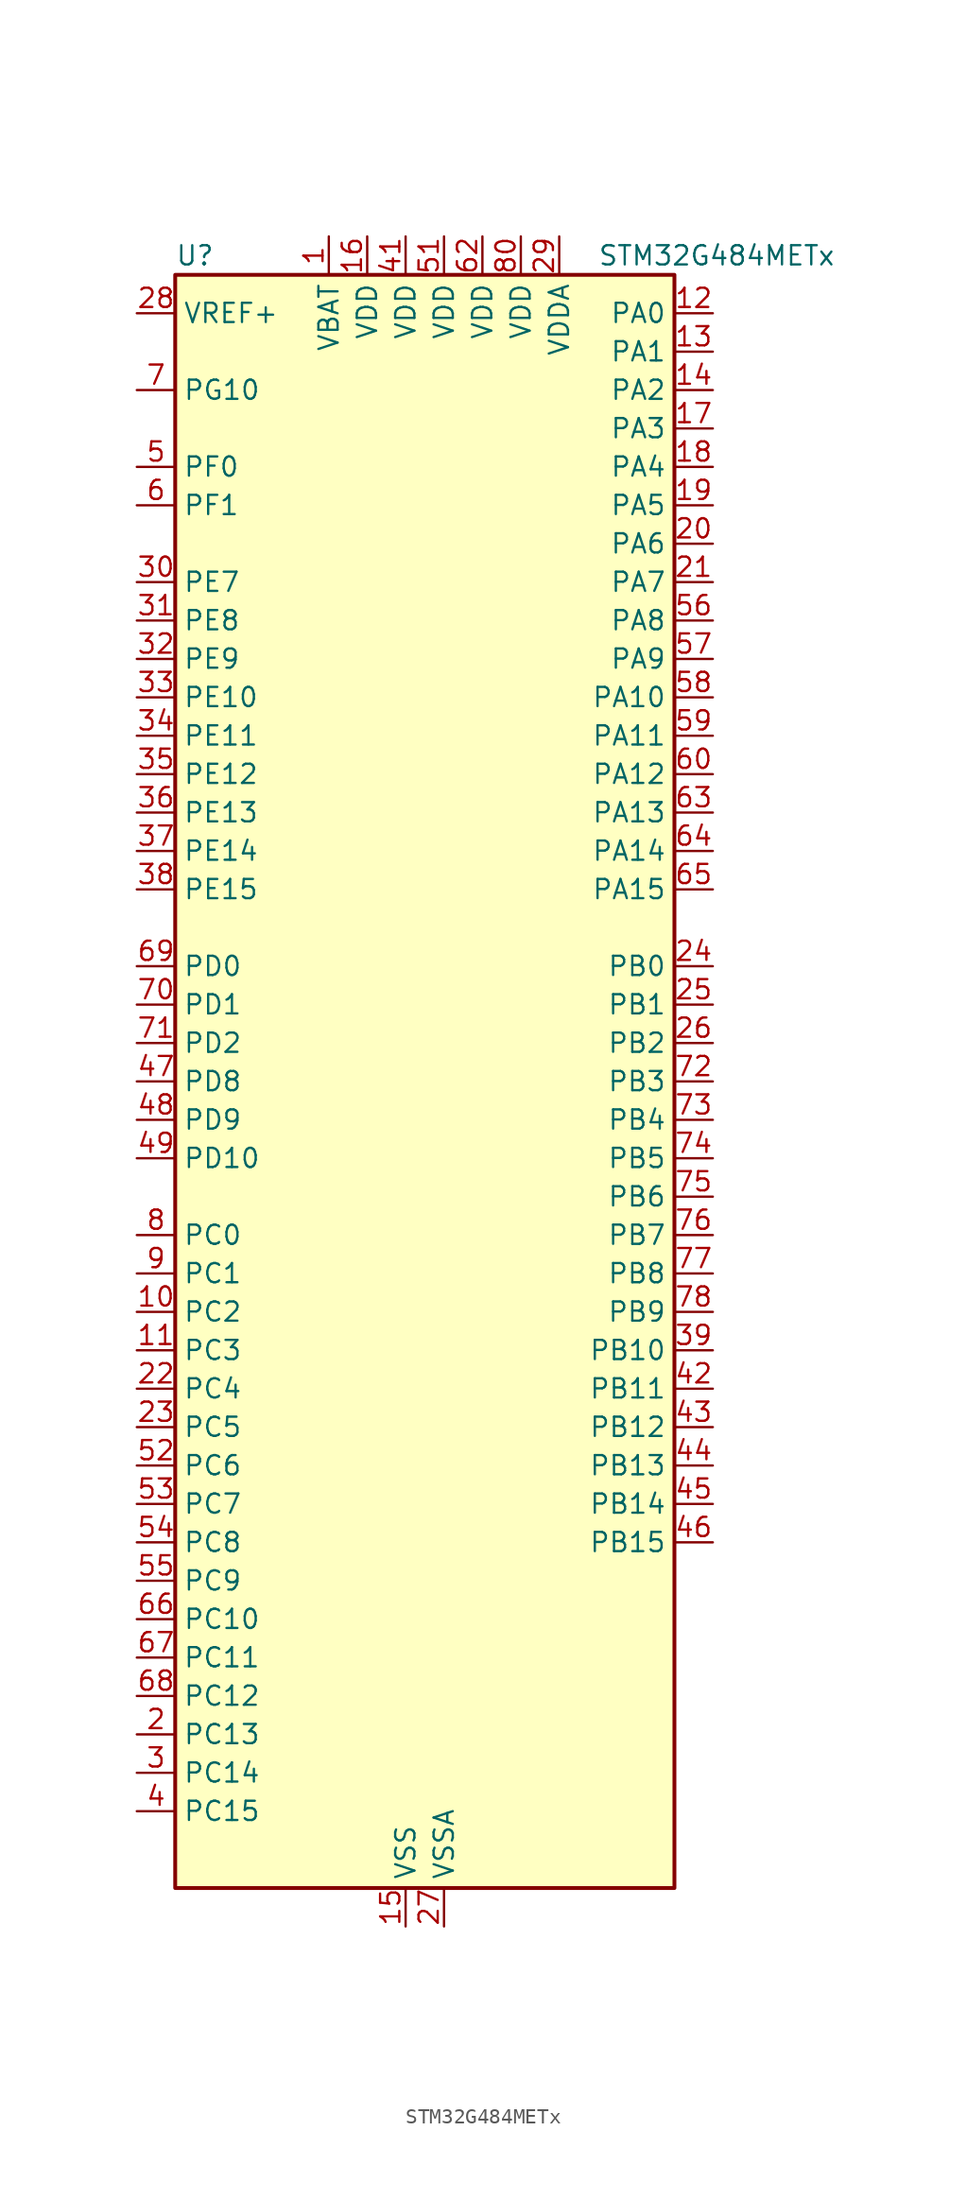
<source format=kicad_sym>
(kicad_symbol_lib
  (version 20231120)
  (generator "kicad_symbol_editor")
  (generator_version "8.0")
  (symbol "STM32G484METx"
    (property "Reference" "U"
      (at -15.24 54.61 0)
      (effects (font (size 1.27 1.27)) (justify left)))
    (property "Value" "STM32G484METx"
      (at 12.7 54.61 0)
      (effects (font (size 1.27 1.27)) (justify left)))
    (property "ki_locked" ""
      (at 0 0 0)
      (effects (font (size 1.27 1.27))))
    (symbol "STM32G484METx_0_1"
      (rectangle (start -15.24 -53.34) (end 17.78 53.34) (stroke (width 0.254) (type default)) (fill (type background))))
    (symbol "STM32G484METx_1_1"
      (pin power_in line (at -5.08 55.88 270) (length 2.54) (name "VBAT" (effects (font (size 1.27 1.27)))) (number "1" (effects (font (size 1.27 1.27)))))
      (pin bidirectional line (at -17.78 -15.24 0) (length 2.54) (name "PC2" (effects (font (size 1.27 1.27)))) (number "10" (effects (font (size 1.27 1.27)))) (alternate "ADC1_IN8" bidirectional line) (alternate "ADC2_IN8" bidirectional line) (alternate "ADC3_EXTI2" bidirectional line) (alternate "ADC4_EXTI2" bidirectional line) (alternate "ADC5_EXTI2" bidirectional line) (alternate "COMP3_OUT" bidirectional line) (alternate "LPTIM1_IN2" bidirectional line) (alternate "QUADSPI1_BK2_IO1" bidirectional line) (alternate "TIM1_CH3" bidirectional line) (alternate "TIM20_CH2" bidirectional line))
      (pin bidirectional line (at -17.78 -17.78 0) (length 2.54) (name "PC3" (effects (font (size 1.27 1.27)))) (number "11" (effects (font (size 1.27 1.27)))) (alternate "ADC1_IN9" bidirectional line) (alternate "ADC2_IN9" bidirectional line) (alternate "ADC3_EXTI3" bidirectional line) (alternate "ADC4_EXTI3" bidirectional line) (alternate "ADC5_EXTI3" bidirectional line) (alternate "LPTIM1_ETR" bidirectional line) (alternate "OPAMP5_VINP" bidirectional line) (alternate "OPAMP5_VINP_SEC" bidirectional line) (alternate "QUADSPI1_BK2_IO2" bidirectional line) (alternate "SAI1_D1" bidirectional line) (alternate "SAI1_SD_A" bidirectional line) (alternate "TIM1_BKIN2" bidirectional line) (alternate "TIM1_CH4" bidirectional line))
      (pin bidirectional line (at 20.32 50.8 180) (length 2.54) (name "PA0" (effects (font (size 1.27 1.27)))) (number "12" (effects (font (size 1.27 1.27)))) (alternate "ADC1_IN1" bidirectional line) (alternate "ADC2_IN1" bidirectional line) (alternate "COMP1_INM" bidirectional line) (alternate "COMP1_OUT" bidirectional line) (alternate "COMP3_INP" bidirectional line) (alternate "RTC_TAMP2" bidirectional line) (alternate "SYS_WKUP1" bidirectional line) (alternate "TIM2_CH1" bidirectional line) (alternate "TIM2_ETR" bidirectional line) (alternate "TIM5_CH1" bidirectional line) (alternate "TIM8_BKIN" bidirectional line) (alternate "TIM8_ETR" bidirectional line) (alternate "USART2_CTS" bidirectional line) (alternate "USART2_NSS" bidirectional line))
      (pin bidirectional line (at 20.32 48.26 180) (length 2.54) (name "PA1" (effects (font (size 1.27 1.27)))) (number "13" (effects (font (size 1.27 1.27)))) (alternate "ADC1_IN2" bidirectional line) (alternate "ADC2_IN2" bidirectional line) (alternate "COMP1_INP" bidirectional line) (alternate "OPAMP1_VINP" bidirectional line) (alternate "OPAMP1_VINP_SEC" bidirectional line) (alternate "OPAMP3_VINP" bidirectional line) (alternate "OPAMP3_VINP_SEC" bidirectional line) (alternate "OPAMP6_VINM" bidirectional line) (alternate "OPAMP6_VINM0" bidirectional line) (alternate "OPAMP6_VINM_SEC" bidirectional line) (alternate "RTC_REFIN" bidirectional line) (alternate "TIM15_CH1N" bidirectional line) (alternate "TIM2_CH2" bidirectional line) (alternate "TIM5_CH2" bidirectional line) (alternate "USART2_DE" bidirectional line) (alternate "USART2_RTS" bidirectional line))
      (pin bidirectional line (at 20.32 45.72 180) (length 2.54) (name "PA2" (effects (font (size 1.27 1.27)))) (number "14" (effects (font (size 1.27 1.27)))) (alternate "ADC1_IN3" bidirectional line) (alternate "ADC3_EXTI2" bidirectional line) (alternate "ADC4_EXTI2" bidirectional line) (alternate "ADC5_EXTI2" bidirectional line) (alternate "COMP2_INM" bidirectional line) (alternate "COMP2_OUT" bidirectional line) (alternate "LPUART1_TX" bidirectional line) (alternate "OPAMP1_VOUT" bidirectional line) (alternate "QUADSPI1_BK1_NCS" bidirectional line) (alternate "RCC_LSCO" bidirectional line) (alternate "SYS_WKUP4" bidirectional line) (alternate "TIM15_CH1" bidirectional line) (alternate "TIM2_CH3" bidirectional line) (alternate "TIM5_CH3" bidirectional line) (alternate "UCPD1_FRSTX1" bidirectional line) (alternate "UCPD1_FRSTX2" bidirectional line) (alternate "USART2_TX" bidirectional line))
      (pin power_in line (at 0 -55.88 90) (length 2.54) (name "VSS" (effects (font (size 1.27 1.27)))) (number "15" (effects (font (size 1.27 1.27)))))
      (pin power_in line (at -2.54 55.88 270) (length 2.54) (name "VDD" (effects (font (size 1.27 1.27)))) (number "16" (effects (font (size 1.27 1.27)))))
      (pin bidirectional line (at 20.32 43.18 180) (length 2.54) (name "PA3" (effects (font (size 1.27 1.27)))) (number "17" (effects (font (size 1.27 1.27)))) (alternate "ADC1_IN4" bidirectional line) (alternate "ADC3_EXTI3" bidirectional line) (alternate "ADC4_EXTI3" bidirectional line) (alternate "ADC5_EXTI3" bidirectional line) (alternate "COMP2_INP" bidirectional line) (alternate "LPUART1_RX" bidirectional line) (alternate "OPAMP1_VINM" bidirectional line) (alternate "OPAMP1_VINM0" bidirectional line) (alternate "OPAMP1_VINM_SEC" bidirectional line) (alternate "OPAMP1_VINP" bidirectional line) (alternate "OPAMP1_VINP_SEC" bidirectional line) (alternate "OPAMP5_VINM" bidirectional line) (alternate "OPAMP5_VINM1" bidirectional line) (alternate "OPAMP5_VINM_SEC" bidirectional line) (alternate "QUADSPI1_CLK" bidirectional line) (alternate "SAI1_CK1" bidirectional line) (alternate "SAI1_MCLK_A" bidirectional line) (alternate "TIM15_CH2" bidirectional line) (alternate "TIM2_CH4" bidirectional line) (alternate "TIM5_CH4" bidirectional line) (alternate "USART2_RX" bidirectional line))
      (pin bidirectional line (at 20.32 40.64 180) (length 2.54) (name "PA4" (effects (font (size 1.27 1.27)))) (number "18" (effects (font (size 1.27 1.27)))) (alternate "ADC2_IN17" bidirectional line) (alternate "COMP1_INM" bidirectional line) (alternate "DAC1_OUT1" bidirectional line) (alternate "I2S3_WS" bidirectional line) (alternate "SAI1_FS_B" bidirectional line) (alternate "SPI1_NSS" bidirectional line) (alternate "SPI3_NSS" bidirectional line) (alternate "TIM3_CH2" bidirectional line) (alternate "USART2_CK" bidirectional line))
      (pin bidirectional line (at 20.32 38.1 180) (length 2.54) (name "PA5" (effects (font (size 1.27 1.27)))) (number "19" (effects (font (size 1.27 1.27)))) (alternate "ADC2_IN13" bidirectional line) (alternate "COMP2_INM" bidirectional line) (alternate "DAC1_OUT2" bidirectional line) (alternate "OPAMP2_VINM" bidirectional line) (alternate "OPAMP2_VINM0" bidirectional line) (alternate "OPAMP2_VINM_SEC" bidirectional line) (alternate "SPI1_SCK" bidirectional line) (alternate "TIM2_CH1" bidirectional line) (alternate "TIM2_ETR" bidirectional line) (alternate "UCPD1_FRSTX1" bidirectional line) (alternate "UCPD1_FRSTX2" bidirectional line))
      (pin bidirectional line (at -17.78 -43.18 0) (length 2.54) (name "PC13" (effects (font (size 1.27 1.27)))) (number "2" (effects (font (size 1.27 1.27)))) (alternate "RTC_OUT1" bidirectional line) (alternate "RTC_TAMP1" bidirectional line) (alternate "RTC_TS" bidirectional line) (alternate "SYS_WKUP2" bidirectional line) (alternate "TIM1_BKIN" bidirectional line) (alternate "TIM1_CH1N" bidirectional line) (alternate "TIM8_CH4N" bidirectional line))
      (pin bidirectional line (at 20.32 35.56 180) (length 2.54) (name "PA6" (effects (font (size 1.27 1.27)))) (number "20" (effects (font (size 1.27 1.27)))) (alternate "ADC2_IN3" bidirectional line) (alternate "COMP1_OUT" bidirectional line) (alternate "DAC2_OUT1" bidirectional line) (alternate "LPUART1_CTS" bidirectional line) (alternate "OPAMP2_VOUT" bidirectional line) (alternate "QUADSPI1_BK1_IO3" bidirectional line) (alternate "SPI1_MISO" bidirectional line) (alternate "TIM16_CH1" bidirectional line) (alternate "TIM1_BKIN" bidirectional line) (alternate "TIM3_CH1" bidirectional line) (alternate "TIM8_BKIN" bidirectional line))
      (pin bidirectional line (at 20.32 33.02 180) (length 2.54) (name "PA7" (effects (font (size 1.27 1.27)))) (number "21" (effects (font (size 1.27 1.27)))) (alternate "ADC2_IN4" bidirectional line) (alternate "COMP2_INP" bidirectional line) (alternate "COMP2_OUT" bidirectional line) (alternate "OPAMP1_VINP" bidirectional line) (alternate "OPAMP1_VINP_SEC" bidirectional line) (alternate "OPAMP2_VINP" bidirectional line) (alternate "OPAMP2_VINP_SEC" bidirectional line) (alternate "QUADSPI1_BK1_IO2" bidirectional line) (alternate "SPI1_MOSI" bidirectional line) (alternate "TIM17_CH1" bidirectional line) (alternate "TIM1_CH1N" bidirectional line) (alternate "TIM3_CH2" bidirectional line) (alternate "TIM8_CH1N" bidirectional line) (alternate "UCPD1_FRSTX1" bidirectional line) (alternate "UCPD1_FRSTX2" bidirectional line))
      (pin bidirectional line (at -17.78 -20.32 0) (length 2.54) (name "PC4" (effects (font (size 1.27 1.27)))) (number "22" (effects (font (size 1.27 1.27)))) (alternate "ADC2_IN5" bidirectional line) (alternate "I2C2_SCL" bidirectional line) (alternate "QUADSPI1_BK2_IO3" bidirectional line) (alternate "TIM1_ETR" bidirectional line) (alternate "USART1_TX" bidirectional line))
      (pin bidirectional line (at -17.78 -22.86 0) (length 2.54) (name "PC5" (effects (font (size 1.27 1.27)))) (number "23" (effects (font (size 1.27 1.27)))) (alternate "ADC2_IN11" bidirectional line) (alternate "HRTIM1_EEV10" bidirectional line) (alternate "OPAMP1_VINM" bidirectional line) (alternate "OPAMP1_VINM1" bidirectional line) (alternate "OPAMP1_VINM_SEC" bidirectional line) (alternate "OPAMP2_VINM" bidirectional line) (alternate "OPAMP2_VINM1" bidirectional line) (alternate "OPAMP2_VINM_SEC" bidirectional line) (alternate "SAI1_D3" bidirectional line) (alternate "SYS_WKUP5" bidirectional line) (alternate "TIM15_BKIN" bidirectional line) (alternate "TIM1_CH4N" bidirectional line) (alternate "USART1_RX" bidirectional line))
      (pin bidirectional line (at 20.32 7.62 180) (length 2.54) (name "PB0" (effects (font (size 1.27 1.27)))) (number "24" (effects (font (size 1.27 1.27)))) (alternate "ADC1_IN15" bidirectional line) (alternate "ADC3_IN12" bidirectional line) (alternate "COMP4_INP" bidirectional line) (alternate "HRTIM1_FLT5" bidirectional line) (alternate "OPAMP2_VINP" bidirectional line) (alternate "OPAMP2_VINP_SEC" bidirectional line) (alternate "OPAMP3_VINP" bidirectional line) (alternate "OPAMP3_VINP_SEC" bidirectional line) (alternate "QUADSPI1_BK1_IO1" bidirectional line) (alternate "TIM1_CH2N" bidirectional line) (alternate "TIM3_CH3" bidirectional line) (alternate "TIM8_CH2N" bidirectional line) (alternate "UCPD1_FRSTX1" bidirectional line) (alternate "UCPD1_FRSTX2" bidirectional line))
      (pin bidirectional line (at 20.32 5.08 180) (length 2.54) (name "PB1" (effects (font (size 1.27 1.27)))) (number "25" (effects (font (size 1.27 1.27)))) (alternate "ADC1_IN12" bidirectional line) (alternate "ADC3_IN1" bidirectional line) (alternate "COMP1_INP" bidirectional line) (alternate "COMP4_OUT" bidirectional line) (alternate "HRTIM1_SCOUT" bidirectional line) (alternate "LPUART1_DE" bidirectional line) (alternate "LPUART1_RTS" bidirectional line) (alternate "OPAMP3_VOUT" bidirectional line) (alternate "OPAMP6_VINM" bidirectional line) (alternate "OPAMP6_VINM1" bidirectional line) (alternate "OPAMP6_VINM_SEC" bidirectional line) (alternate "QUADSPI1_BK1_IO0" bidirectional line) (alternate "TIM1_CH3N" bidirectional line) (alternate "TIM3_CH4" bidirectional line) (alternate "TIM8_CH3N" bidirectional line))
      (pin bidirectional line (at 20.32 2.54 180) (length 2.54) (name "PB2" (effects (font (size 1.27 1.27)))) (number "26" (effects (font (size 1.27 1.27)))) (alternate "ADC2_IN12" bidirectional line) (alternate "ADC3_EXTI2" bidirectional line) (alternate "ADC4_EXTI2" bidirectional line) (alternate "ADC5_EXTI2" bidirectional line) (alternate "COMP4_INM" bidirectional line) (alternate "HRTIM1_SCIN" bidirectional line) (alternate "I2C3_SMBA" bidirectional line) (alternate "LPTIM1_OUT" bidirectional line) (alternate "OPAMP3_VINM" bidirectional line) (alternate "OPAMP3_VINM0" bidirectional line) (alternate "OPAMP3_VINM_SEC" bidirectional line) (alternate "QUADSPI1_BK2_IO1" bidirectional line) (alternate "RTC_OUT2" bidirectional line) (alternate "TIM20_CH1" bidirectional line) (alternate "TIM5_CH1" bidirectional line))
      (pin power_in line (at 2.54 -55.88 90) (length 2.54) (name "VSSA" (effects (font (size 1.27 1.27)))) (number "27" (effects (font (size 1.27 1.27)))))
      (pin input line (at -17.78 50.8 0) (length 2.54) (name "VREF+" (effects (font (size 1.27 1.27)))) (number "28" (effects (font (size 1.27 1.27)))) (alternate "VREFBUF_OUT" bidirectional line))
      (pin power_in line (at 10.16 55.88 270) (length 2.54) (name "VDDA" (effects (font (size 1.27 1.27)))) (number "29" (effects (font (size 1.27 1.27)))))
      (pin bidirectional line (at -17.78 -45.72 0) (length 2.54) (name "PC14" (effects (font (size 1.27 1.27)))) (number "3" (effects (font (size 1.27 1.27)))) (alternate "RCC_OSC32_IN" bidirectional line))
      (pin bidirectional line (at -17.78 33.02 0) (length 2.54) (name "PE7" (effects (font (size 1.27 1.27)))) (number "30" (effects (font (size 1.27 1.27)))) (alternate "ADC3_IN4" bidirectional line) (alternate "COMP4_INP" bidirectional line) (alternate "SAI1_SD_B" bidirectional line) (alternate "TIM1_ETR" bidirectional line))
      (pin bidirectional line (at -17.78 30.48 0) (length 2.54) (name "PE8" (effects (font (size 1.27 1.27)))) (number "31" (effects (font (size 1.27 1.27)))) (alternate "ADC3_IN6" bidirectional line) (alternate "ADC4_IN6" bidirectional line) (alternate "ADC5_IN6" bidirectional line) (alternate "COMP4_INM" bidirectional line) (alternate "SAI1_SCK_B" bidirectional line) (alternate "TIM1_CH1N" bidirectional line) (alternate "TIM5_CH3" bidirectional line))
      (pin bidirectional line (at -17.78 27.94 0) (length 2.54) (name "PE9" (effects (font (size 1.27 1.27)))) (number "32" (effects (font (size 1.27 1.27)))) (alternate "ADC3_IN2" bidirectional line) (alternate "DAC1_EXTI9" bidirectional line) (alternate "DAC2_EXTI9" bidirectional line) (alternate "DAC3_EXTI9" bidirectional line) (alternate "DAC4_EXTI9" bidirectional line) (alternate "SAI1_FS_B" bidirectional line) (alternate "TIM1_CH1" bidirectional line) (alternate "TIM5_CH4" bidirectional line))
      (pin bidirectional line (at -17.78 25.4 0) (length 2.54) (name "PE10" (effects (font (size 1.27 1.27)))) (number "33" (effects (font (size 1.27 1.27)))) (alternate "ADC3_IN14" bidirectional line) (alternate "ADC4_IN14" bidirectional line) (alternate "ADC5_IN14" bidirectional line) (alternate "DAC1_EXTI10" bidirectional line) (alternate "DAC2_EXTI10" bidirectional line) (alternate "DAC3_EXTI10" bidirectional line) (alternate "DAC4_EXTI10" bidirectional line) (alternate "QUADSPI1_CLK" bidirectional line) (alternate "SAI1_MCLK_B" bidirectional line) (alternate "TIM1_CH2N" bidirectional line))
      (pin bidirectional line (at -17.78 22.86 0) (length 2.54) (name "PE11" (effects (font (size 1.27 1.27)))) (number "34" (effects (font (size 1.27 1.27)))) (alternate "ADC1_EXTI11" bidirectional line) (alternate "ADC2_EXTI11" bidirectional line) (alternate "ADC3_IN15" bidirectional line) (alternate "ADC4_IN15" bidirectional line) (alternate "ADC5_IN15" bidirectional line) (alternate "QUADSPI1_BK1_NCS" bidirectional line) (alternate "SPI4_NSS" bidirectional line) (alternate "TIM1_CH2" bidirectional line))
      (pin bidirectional line (at -17.78 20.32 0) (length 2.54) (name "PE12" (effects (font (size 1.27 1.27)))) (number "35" (effects (font (size 1.27 1.27)))) (alternate "ADC3_IN16" bidirectional line) (alternate "ADC4_IN16" bidirectional line) (alternate "ADC5_IN16" bidirectional line) (alternate "QUADSPI1_BK1_IO0" bidirectional line) (alternate "SPI4_SCK" bidirectional line) (alternate "TIM1_CH3N" bidirectional line))
      (pin bidirectional line (at -17.78 17.78 0) (length 2.54) (name "PE13" (effects (font (size 1.27 1.27)))) (number "36" (effects (font (size 1.27 1.27)))) (alternate "ADC3_IN3" bidirectional line) (alternate "QUADSPI1_BK1_IO1" bidirectional line) (alternate "SPI4_MISO" bidirectional line) (alternate "TIM1_CH3" bidirectional line))
      (pin bidirectional line (at -17.78 15.24 0) (length 2.54) (name "PE14" (effects (font (size 1.27 1.27)))) (number "37" (effects (font (size 1.27 1.27)))) (alternate "ADC4_IN1" bidirectional line) (alternate "QUADSPI1_BK1_IO2" bidirectional line) (alternate "SPI4_MOSI" bidirectional line) (alternate "TIM1_BKIN2" bidirectional line) (alternate "TIM1_CH4" bidirectional line))
      (pin bidirectional line (at -17.78 12.7 0) (length 2.54) (name "PE15" (effects (font (size 1.27 1.27)))) (number "38" (effects (font (size 1.27 1.27)))) (alternate "ADC1_EXTI15" bidirectional line) (alternate "ADC2_EXTI15" bidirectional line) (alternate "ADC4_IN2" bidirectional line) (alternate "QUADSPI1_BK1_IO3" bidirectional line) (alternate "TIM1_BKIN" bidirectional line) (alternate "TIM1_CH4N" bidirectional line) (alternate "USART3_RX" bidirectional line))
      (pin bidirectional line (at 20.32 -17.78 180) (length 2.54) (name "PB10" (effects (font (size 1.27 1.27)))) (number "39" (effects (font (size 1.27 1.27)))) (alternate "COMP5_INM" bidirectional line) (alternate "DAC1_EXTI10" bidirectional line) (alternate "DAC2_EXTI10" bidirectional line) (alternate "DAC3_EXTI10" bidirectional line) (alternate "DAC4_EXTI10" bidirectional line) (alternate "HRTIM1_FLT3" bidirectional line) (alternate "LPUART1_RX" bidirectional line) (alternate "OPAMP3_VINM" bidirectional line) (alternate "OPAMP3_VINM1" bidirectional line) (alternate "OPAMP3_VINM_SEC" bidirectional line) (alternate "OPAMP4_VINM" bidirectional line) (alternate "OPAMP4_VINM0" bidirectional line) (alternate "OPAMP4_VINM_SEC" bidirectional line) (alternate "QUADSPI1_CLK" bidirectional line) (alternate "SAI1_SCK_A" bidirectional line) (alternate "TIM1_BKIN" bidirectional line) (alternate "TIM2_CH3" bidirectional line) (alternate "USART3_TX" bidirectional line))
      (pin bidirectional line (at -17.78 -48.26 0) (length 2.54) (name "PC15" (effects (font (size 1.27 1.27)))) (number "4" (effects (font (size 1.27 1.27)))) (alternate "ADC1_EXTI15" bidirectional line) (alternate "ADC2_EXTI15" bidirectional line) (alternate "RCC_OSC32_OUT" bidirectional line))
      (pin passive line (at 0 -55.88 90) (length 2.54) hide (name "VSS" (effects (font (size 1.27 1.27)))) (number "40" (effects (font (size 1.27 1.27)))))
      (pin power_in line (at 0 55.88 270) (length 2.54) (name "VDD" (effects (font (size 1.27 1.27)))) (number "41" (effects (font (size 1.27 1.27)))))
      (pin bidirectional line (at 20.32 -20.32 180) (length 2.54) (name "PB11" (effects (font (size 1.27 1.27)))) (number "42" (effects (font (size 1.27 1.27)))) (alternate "ADC1_EXTI11" bidirectional line) (alternate "ADC1_IN14" bidirectional line) (alternate "ADC2_EXTI11" bidirectional line) (alternate "ADC2_IN14" bidirectional line) (alternate "COMP6_INP" bidirectional line) (alternate "HRTIM1_FLT4" bidirectional line) (alternate "LPUART1_TX" bidirectional line) (alternate "OPAMP4_VINP" bidirectional line) (alternate "OPAMP4_VINP_SEC" bidirectional line) (alternate "OPAMP6_VOUT" bidirectional line) (alternate "QUADSPI1_BK1_NCS" bidirectional line) (alternate "TIM2_CH4" bidirectional line) (alternate "USART3_RX" bidirectional line))
      (pin bidirectional line (at 20.32 -22.86 180) (length 2.54) (name "PB12" (effects (font (size 1.27 1.27)))) (number "43" (effects (font (size 1.27 1.27)))) (alternate "ADC1_IN11" bidirectional line) (alternate "ADC4_IN3" bidirectional line) (alternate "COMP7_INM" bidirectional line) (alternate "FDCAN2_RX" bidirectional line) (alternate "HRTIM1_CHC1" bidirectional line) (alternate "I2C2_SMBA" bidirectional line) (alternate "I2S2_WS" bidirectional line) (alternate "LPUART1_DE" bidirectional line) (alternate "LPUART1_RTS" bidirectional line) (alternate "OPAMP4_VOUT" bidirectional line) (alternate "OPAMP6_VINP" bidirectional line) (alternate "OPAMP6_VINP_SEC" bidirectional line) (alternate "SPI2_NSS" bidirectional line) (alternate "TIM1_BKIN" bidirectional line) (alternate "TIM5_ETR" bidirectional line) (alternate "USART3_CK" bidirectional line))
      (pin bidirectional line (at 20.32 -25.4 180) (length 2.54) (name "PB13" (effects (font (size 1.27 1.27)))) (number "44" (effects (font (size 1.27 1.27)))) (alternate "ADC3_IN5" bidirectional line) (alternate "COMP5_INP" bidirectional line) (alternate "FDCAN2_TX" bidirectional line) (alternate "HRTIM1_CHC2" bidirectional line) (alternate "I2S2_CK" bidirectional line) (alternate "LPUART1_CTS" bidirectional line) (alternate "OPAMP3_VINP" bidirectional line) (alternate "OPAMP3_VINP_SEC" bidirectional line) (alternate "OPAMP4_VINP" bidirectional line) (alternate "OPAMP4_VINP_SEC" bidirectional line) (alternate "OPAMP6_VINP" bidirectional line) (alternate "OPAMP6_VINP_SEC" bidirectional line) (alternate "SPI2_SCK" bidirectional line) (alternate "TIM1_CH1N" bidirectional line) (alternate "USART3_CTS" bidirectional line) (alternate "USART3_NSS" bidirectional line))
      (pin bidirectional line (at 20.32 -27.94 180) (length 2.54) (name "PB14" (effects (font (size 1.27 1.27)))) (number "45" (effects (font (size 1.27 1.27)))) (alternate "ADC1_IN5" bidirectional line) (alternate "ADC4_IN4" bidirectional line) (alternate "COMP4_OUT" bidirectional line) (alternate "COMP7_INP" bidirectional line) (alternate "HRTIM1_CHD1" bidirectional line) (alternate "OPAMP2_VINP" bidirectional line) (alternate "OPAMP2_VINP_SEC" bidirectional line) (alternate "OPAMP5_VINP" bidirectional line) (alternate "OPAMP5_VINP_SEC" bidirectional line) (alternate "SPI2_MISO" bidirectional line) (alternate "TIM15_CH1" bidirectional line) (alternate "TIM1_CH2N" bidirectional line) (alternate "USART3_DE" bidirectional line) (alternate "USART3_RTS" bidirectional line))
      (pin bidirectional line (at 20.32 -30.48 180) (length 2.54) (name "PB15" (effects (font (size 1.27 1.27)))) (number "46" (effects (font (size 1.27 1.27)))) (alternate "ADC1_EXTI15" bidirectional line) (alternate "ADC2_EXTI15" bidirectional line) (alternate "ADC2_IN15" bidirectional line) (alternate "ADC4_IN5" bidirectional line) (alternate "COMP3_OUT" bidirectional line) (alternate "COMP6_INM" bidirectional line) (alternate "HRTIM1_CHD2" bidirectional line) (alternate "I2S2_SD" bidirectional line) (alternate "OPAMP5_VINM" bidirectional line) (alternate "OPAMP5_VINM0" bidirectional line) (alternate "OPAMP5_VINM_SEC" bidirectional line) (alternate "RTC_REFIN" bidirectional line) (alternate "SPI2_MOSI" bidirectional line) (alternate "TIM15_CH1N" bidirectional line) (alternate "TIM15_CH2" bidirectional line) (alternate "TIM1_CH3N" bidirectional line))
      (pin bidirectional line (at -17.78 0 0) (length 2.54) (name "PD8" (effects (font (size 1.27 1.27)))) (number "47" (effects (font (size 1.27 1.27)))) (alternate "ADC4_IN12" bidirectional line) (alternate "ADC5_IN12" bidirectional line) (alternate "OPAMP4_VINM" bidirectional line) (alternate "OPAMP4_VINM1" bidirectional line) (alternate "OPAMP4_VINM_SEC" bidirectional line) (alternate "USART3_TX" bidirectional line))
      (pin bidirectional line (at -17.78 -2.54 0) (length 2.54) (name "PD9" (effects (font (size 1.27 1.27)))) (number "48" (effects (font (size 1.27 1.27)))) (alternate "ADC4_IN13" bidirectional line) (alternate "ADC5_IN13" bidirectional line) (alternate "DAC1_EXTI9" bidirectional line) (alternate "DAC2_EXTI9" bidirectional line) (alternate "DAC3_EXTI9" bidirectional line) (alternate "DAC4_EXTI9" bidirectional line) (alternate "OPAMP6_VINP" bidirectional line) (alternate "OPAMP6_VINP_SEC" bidirectional line) (alternate "USART3_RX" bidirectional line))
      (pin bidirectional line (at -17.78 -5.08 0) (length 2.54) (name "PD10" (effects (font (size 1.27 1.27)))) (number "49" (effects (font (size 1.27 1.27)))) (alternate "ADC3_IN7" bidirectional line) (alternate "ADC4_IN7" bidirectional line) (alternate "ADC5_IN7" bidirectional line) (alternate "COMP6_INM" bidirectional line) (alternate "DAC1_EXTI10" bidirectional line) (alternate "DAC2_EXTI10" bidirectional line) (alternate "DAC3_EXTI10" bidirectional line) (alternate "DAC4_EXTI10" bidirectional line) (alternate "USART3_CK" bidirectional line))
      (pin bidirectional line (at -17.78 40.64 0) (length 2.54) (name "PF0" (effects (font (size 1.27 1.27)))) (number "5" (effects (font (size 1.27 1.27)))) (alternate "ADC1_IN10" bidirectional line) (alternate "I2C2_SDA" bidirectional line) (alternate "I2S2_WS" bidirectional line) (alternate "RCC_OSC_IN" bidirectional line) (alternate "SPI2_NSS" bidirectional line) (alternate "TIM1_CH3N" bidirectional line))
      (pin passive line (at 0 -55.88 90) (length 2.54) hide (name "VSS" (effects (font (size 1.27 1.27)))) (number "50" (effects (font (size 1.27 1.27)))))
      (pin power_in line (at 2.54 55.88 270) (length 2.54) (name "VDD" (effects (font (size 1.27 1.27)))) (number "51" (effects (font (size 1.27 1.27)))))
      (pin bidirectional line (at -17.78 -25.4 0) (length 2.54) (name "PC6" (effects (font (size 1.27 1.27)))) (number "52" (effects (font (size 1.27 1.27)))) (alternate "COMP6_OUT" bidirectional line) (alternate "HRTIM1_CHF1" bidirectional line) (alternate "HRTIM1_EEV10" bidirectional line) (alternate "I2C4_SCL" bidirectional line) (alternate "I2S2_MCK" bidirectional line) (alternate "TIM3_CH1" bidirectional line) (alternate "TIM8_CH1" bidirectional line))
      (pin bidirectional line (at -17.78 -27.94 0) (length 2.54) (name "PC7" (effects (font (size 1.27 1.27)))) (number "53" (effects (font (size 1.27 1.27)))) (alternate "COMP5_OUT" bidirectional line) (alternate "HRTIM1_CHF2" bidirectional line) (alternate "HRTIM1_FLT5" bidirectional line) (alternate "I2C4_SDA" bidirectional line) (alternate "I2S3_MCK" bidirectional line) (alternate "TIM3_CH2" bidirectional line) (alternate "TIM8_CH2" bidirectional line))
      (pin bidirectional line (at -17.78 -30.48 0) (length 2.54) (name "PC8" (effects (font (size 1.27 1.27)))) (number "54" (effects (font (size 1.27 1.27)))) (alternate "COMP7_OUT" bidirectional line) (alternate "HRTIM1_CHE1" bidirectional line) (alternate "I2C3_SCL" bidirectional line) (alternate "TIM20_CH3" bidirectional line) (alternate "TIM3_CH3" bidirectional line) (alternate "TIM8_CH3" bidirectional line))
      (pin bidirectional line (at -17.78 -33.02 0) (length 2.54) (name "PC9" (effects (font (size 1.27 1.27)))) (number "55" (effects (font (size 1.27 1.27)))) (alternate "DAC1_EXTI9" bidirectional line) (alternate "DAC2_EXTI9" bidirectional line) (alternate "DAC3_EXTI9" bidirectional line) (alternate "DAC4_EXTI9" bidirectional line) (alternate "HRTIM1_CHE2" bidirectional line) (alternate "I2C3_SDA" bidirectional line) (alternate "I2S_CKIN" bidirectional line) (alternate "TIM3_CH4" bidirectional line) (alternate "TIM8_BKIN2" bidirectional line) (alternate "TIM8_CH4" bidirectional line))
      (pin bidirectional line (at 20.32 30.48 180) (length 2.54) (name "PA8" (effects (font (size 1.27 1.27)))) (number "56" (effects (font (size 1.27 1.27)))) (alternate "ADC5_IN1" bidirectional line) (alternate "COMP7_OUT" bidirectional line) (alternate "FDCAN3_RX" bidirectional line) (alternate "HRTIM1_CHA1" bidirectional line) (alternate "I2C2_SDA" bidirectional line) (alternate "I2C3_SCL" bidirectional line) (alternate "I2S2_MCK" bidirectional line) (alternate "OPAMP5_VOUT" bidirectional line) (alternate "RCC_MCO" bidirectional line) (alternate "SAI1_CK2" bidirectional line) (alternate "SAI1_SCK_A" bidirectional line) (alternate "TIM1_CH1" bidirectional line) (alternate "TIM4_ETR" bidirectional line) (alternate "USART1_CK" bidirectional line))
      (pin bidirectional line (at 20.32 27.94 180) (length 2.54) (name "PA9" (effects (font (size 1.27 1.27)))) (number "57" (effects (font (size 1.27 1.27)))) (alternate "ADC5_IN2" bidirectional line) (alternate "COMP5_OUT" bidirectional line) (alternate "DAC1_EXTI9" bidirectional line) (alternate "DAC2_EXTI9" bidirectional line) (alternate "DAC3_EXTI9" bidirectional line) (alternate "DAC4_EXTI9" bidirectional line) (alternate "HRTIM1_CHA2" bidirectional line) (alternate "I2C2_SCL" bidirectional line) (alternate "I2C3_SMBA" bidirectional line) (alternate "I2S3_MCK" bidirectional line) (alternate "SAI1_FS_A" bidirectional line) (alternate "TIM15_BKIN" bidirectional line) (alternate "TIM1_CH2" bidirectional line) (alternate "TIM2_CH3" bidirectional line) (alternate "UCPD1_DBCC1" bidirectional line) (alternate "USART1_TX" bidirectional line))
      (pin bidirectional line (at 20.32 25.4 180) (length 2.54) (name "PA10" (effects (font (size 1.27 1.27)))) (number "58" (effects (font (size 1.27 1.27)))) (alternate "COMP6_OUT" bidirectional line) (alternate "CRS_SYNC" bidirectional line) (alternate "DAC1_EXTI10" bidirectional line) (alternate "DAC2_EXTI10" bidirectional line) (alternate "DAC3_EXTI10" bidirectional line) (alternate "DAC4_EXTI10" bidirectional line) (alternate "HRTIM1_CHB1" bidirectional line) (alternate "I2C2_SMBA" bidirectional line) (alternate "SAI1_D1" bidirectional line) (alternate "SAI1_SD_A" bidirectional line) (alternate "SPI2_MISO" bidirectional line) (alternate "TIM17_BKIN" bidirectional line) (alternate "TIM1_CH3" bidirectional line) (alternate "TIM2_CH4" bidirectional line) (alternate "TIM8_BKIN" bidirectional line) (alternate "UCPD1_DBCC2" bidirectional line) (alternate "USART1_RX" bidirectional line))
      (pin bidirectional line (at 20.32 22.86 180) (length 2.54) (name "PA11" (effects (font (size 1.27 1.27)))) (number "59" (effects (font (size 1.27 1.27)))) (alternate "ADC1_EXTI11" bidirectional line) (alternate "ADC2_EXTI11" bidirectional line) (alternate "COMP1_OUT" bidirectional line) (alternate "FDCAN1_RX" bidirectional line) (alternate "HRTIM1_CHB2" bidirectional line) (alternate "I2S2_SD" bidirectional line) (alternate "SPI2_MOSI" bidirectional line) (alternate "TIM1_BKIN2" bidirectional line) (alternate "TIM1_CH1N" bidirectional line) (alternate "TIM1_CH4" bidirectional line) (alternate "TIM4_CH1" bidirectional line) (alternate "USART1_CTS" bidirectional line) (alternate "USART1_NSS" bidirectional line) (alternate "USB_DM" bidirectional line))
      (pin bidirectional line (at -17.78 38.1 0) (length 2.54) (name "PF1" (effects (font (size 1.27 1.27)))) (number "6" (effects (font (size 1.27 1.27)))) (alternate "ADC2_IN10" bidirectional line) (alternate "COMP3_INM" bidirectional line) (alternate "I2S2_CK" bidirectional line) (alternate "RCC_OSC_OUT" bidirectional line) (alternate "SPI2_SCK" bidirectional line))
      (pin bidirectional line (at 20.32 20.32 180) (length 2.54) (name "PA12" (effects (font (size 1.27 1.27)))) (number "60" (effects (font (size 1.27 1.27)))) (alternate "COMP2_OUT" bidirectional line) (alternate "FDCAN1_TX" bidirectional line) (alternate "HRTIM1_FLT1" bidirectional line) (alternate "I2S_CKIN" bidirectional line) (alternate "TIM16_CH1" bidirectional line) (alternate "TIM1_CH2N" bidirectional line) (alternate "TIM1_ETR" bidirectional line) (alternate "TIM4_CH2" bidirectional line) (alternate "USART1_DE" bidirectional line) (alternate "USART1_RTS" bidirectional line) (alternate "USB_DP" bidirectional line))
      (pin passive line (at 0 -55.88 90) (length 2.54) hide (name "VSS" (effects (font (size 1.27 1.27)))) (number "61" (effects (font (size 1.27 1.27)))))
      (pin power_in line (at 5.08 55.88 270) (length 2.54) (name "VDD" (effects (font (size 1.27 1.27)))) (number "62" (effects (font (size 1.27 1.27)))))
      (pin bidirectional line (at 20.32 17.78 180) (length 2.54) (name "PA13" (effects (font (size 1.27 1.27)))) (number "63" (effects (font (size 1.27 1.27)))) (alternate "I2C1_SCL" bidirectional line) (alternate "I2C4_SCL" bidirectional line) (alternate "IR_OUT" bidirectional line) (alternate "SAI1_SD_B" bidirectional line) (alternate "SYS_JTMS-SWDIO" bidirectional line) (alternate "TIM16_CH1N" bidirectional line) (alternate "TIM4_CH3" bidirectional line) (alternate "USART3_CTS" bidirectional line) (alternate "USART3_NSS" bidirectional line))
      (pin bidirectional line (at 20.32 15.24 180) (length 2.54) (name "PA14" (effects (font (size 1.27 1.27)))) (number "64" (effects (font (size 1.27 1.27)))) (alternate "I2C1_SDA" bidirectional line) (alternate "I2C4_SMBA" bidirectional line) (alternate "LPTIM1_OUT" bidirectional line) (alternate "SAI1_FS_B" bidirectional line) (alternate "SYS_JTCK-SWCLK" bidirectional line) (alternate "TIM1_BKIN" bidirectional line) (alternate "TIM8_CH2" bidirectional line) (alternate "USART2_TX" bidirectional line))
      (pin bidirectional line (at 20.32 12.7 180) (length 2.54) (name "PA15" (effects (font (size 1.27 1.27)))) (number "65" (effects (font (size 1.27 1.27)))) (alternate "ADC1_EXTI15" bidirectional line) (alternate "ADC2_EXTI15" bidirectional line) (alternate "FDCAN3_TX" bidirectional line) (alternate "HRTIM1_FLT2" bidirectional line) (alternate "I2C1_SCL" bidirectional line) (alternate "I2S3_WS" bidirectional line) (alternate "SPI1_NSS" bidirectional line) (alternate "SPI3_NSS" bidirectional line) (alternate "SYS_JTDI" bidirectional line) (alternate "TIM1_BKIN" bidirectional line) (alternate "TIM2_CH1" bidirectional line) (alternate "TIM2_ETR" bidirectional line) (alternate "TIM8_CH1" bidirectional line) (alternate "UART4_DE" bidirectional line) (alternate "UART4_RTS" bidirectional line) (alternate "USART2_RX" bidirectional line))
      (pin bidirectional line (at -17.78 -35.56 0) (length 2.54) (name "PC10" (effects (font (size 1.27 1.27)))) (number "66" (effects (font (size 1.27 1.27)))) (alternate "DAC1_EXTI10" bidirectional line) (alternate "DAC2_EXTI10" bidirectional line) (alternate "DAC3_EXTI10" bidirectional line) (alternate "DAC4_EXTI10" bidirectional line) (alternate "HRTIM1_FLT6" bidirectional line) (alternate "I2S3_CK" bidirectional line) (alternate "SPI3_SCK" bidirectional line) (alternate "TIM8_CH1N" bidirectional line) (alternate "UART4_TX" bidirectional line) (alternate "USART3_TX" bidirectional line))
      (pin bidirectional line (at -17.78 -38.1 0) (length 2.54) (name "PC11" (effects (font (size 1.27 1.27)))) (number "67" (effects (font (size 1.27 1.27)))) (alternate "ADC1_EXTI11" bidirectional line) (alternate "ADC2_EXTI11" bidirectional line) (alternate "HRTIM1_EEV2" bidirectional line) (alternate "I2C3_SDA" bidirectional line) (alternate "SPI3_MISO" bidirectional line) (alternate "TIM8_CH2N" bidirectional line) (alternate "UART4_RX" bidirectional line) (alternate "USART3_RX" bidirectional line))
      (pin bidirectional line (at -17.78 -40.64 0) (length 2.54) (name "PC12" (effects (font (size 1.27 1.27)))) (number "68" (effects (font (size 1.27 1.27)))) (alternate "HRTIM1_EEV1" bidirectional line) (alternate "I2S3_SD" bidirectional line) (alternate "SPI3_MOSI" bidirectional line) (alternate "TIM5_CH2" bidirectional line) (alternate "TIM8_CH3N" bidirectional line) (alternate "UART5_TX" bidirectional line) (alternate "UCPD1_FRSTX1" bidirectional line) (alternate "UCPD1_FRSTX2" bidirectional line) (alternate "USART3_CK" bidirectional line))
      (pin bidirectional line (at -17.78 7.62 0) (length 2.54) (name "PD0" (effects (font (size 1.27 1.27)))) (number "69" (effects (font (size 1.27 1.27)))) (alternate "FDCAN1_RX" bidirectional line) (alternate "TIM8_CH4N" bidirectional line))
      (pin bidirectional line (at -17.78 45.72 0) (length 2.54) (name "PG10" (effects (font (size 1.27 1.27)))) (number "7" (effects (font (size 1.27 1.27)))) (alternate "DAC1_EXTI10" bidirectional line) (alternate "DAC2_EXTI10" bidirectional line) (alternate "DAC3_EXTI10" bidirectional line) (alternate "DAC4_EXTI10" bidirectional line) (alternate "RCC_MCO" bidirectional line))
      (pin bidirectional line (at -17.78 5.08 0) (length 2.54) (name "PD1" (effects (font (size 1.27 1.27)))) (number "70" (effects (font (size 1.27 1.27)))) (alternate "FDCAN1_TX" bidirectional line) (alternate "TIM8_BKIN2" bidirectional line) (alternate "TIM8_CH4" bidirectional line))
      (pin bidirectional line (at -17.78 2.54 0) (length 2.54) (name "PD2" (effects (font (size 1.27 1.27)))) (number "71" (effects (font (size 1.27 1.27)))) (alternate "ADC3_EXTI2" bidirectional line) (alternate "ADC4_EXTI2" bidirectional line) (alternate "ADC5_EXTI2" bidirectional line) (alternate "TIM3_ETR" bidirectional line) (alternate "TIM8_BKIN" bidirectional line) (alternate "UART5_RX" bidirectional line))
      (pin bidirectional line (at 20.32 0 180) (length 2.54) (name "PB3" (effects (font (size 1.27 1.27)))) (number "72" (effects (font (size 1.27 1.27)))) (alternate "ADC3_EXTI3" bidirectional line) (alternate "ADC4_EXTI3" bidirectional line) (alternate "ADC5_EXTI3" bidirectional line) (alternate "CRS_SYNC" bidirectional line) (alternate "FDCAN3_RX" bidirectional line) (alternate "HRTIM1_EEV9" bidirectional line) (alternate "HRTIM1_SCOUT" bidirectional line) (alternate "I2S3_CK" bidirectional line) (alternate "SAI1_SCK_B" bidirectional line) (alternate "SPI1_SCK" bidirectional line) (alternate "SPI3_SCK" bidirectional line) (alternate "SYS_JTDO-SWO" bidirectional line) (alternate "TIM2_CH2" bidirectional line) (alternate "TIM3_ETR" bidirectional line) (alternate "TIM4_ETR" bidirectional line) (alternate "TIM8_CH1N" bidirectional line) (alternate "USART2_TX" bidirectional line))
      (pin bidirectional line (at 20.32 -2.54 180) (length 2.54) (name "PB4" (effects (font (size 1.27 1.27)))) (number "73" (effects (font (size 1.27 1.27)))) (alternate "FDCAN3_TX" bidirectional line) (alternate "HRTIM1_EEV7" bidirectional line) (alternate "SAI1_MCLK_B" bidirectional line) (alternate "SPI1_MISO" bidirectional line) (alternate "SPI3_MISO" bidirectional line) (alternate "SYS_JTRST" bidirectional line) (alternate "TIM16_CH1" bidirectional line) (alternate "TIM17_BKIN" bidirectional line) (alternate "TIM3_CH1" bidirectional line) (alternate "TIM8_CH2N" bidirectional line) (alternate "UART5_DE" bidirectional line) (alternate "UART5_RTS" bidirectional line) (alternate "UCPD1_CC2" bidirectional line) (alternate "USART2_RX" bidirectional line))
      (pin bidirectional line (at 20.32 -5.08 180) (length 2.54) (name "PB5" (effects (font (size 1.27 1.27)))) (number "74" (effects (font (size 1.27 1.27)))) (alternate "FDCAN2_RX" bidirectional line) (alternate "HRTIM1_EEV6" bidirectional line) (alternate "I2C1_SMBA" bidirectional line) (alternate "I2C3_SDA" bidirectional line) (alternate "I2S3_SD" bidirectional line) (alternate "LPTIM1_IN1" bidirectional line) (alternate "SAI1_SD_B" bidirectional line) (alternate "SPI1_MOSI" bidirectional line) (alternate "SPI3_MOSI" bidirectional line) (alternate "TIM16_BKIN" bidirectional line) (alternate "TIM17_CH1" bidirectional line) (alternate "TIM3_CH2" bidirectional line) (alternate "TIM8_CH3N" bidirectional line) (alternate "UART5_CTS" bidirectional line) (alternate "USART2_CK" bidirectional line))
      (pin bidirectional line (at 20.32 -7.62 180) (length 2.54) (name "PB6" (effects (font (size 1.27 1.27)))) (number "75" (effects (font (size 1.27 1.27)))) (alternate "COMP4_OUT" bidirectional line) (alternate "FDCAN2_TX" bidirectional line) (alternate "HRTIM1_EEV4" bidirectional line) (alternate "HRTIM1_SCIN" bidirectional line) (alternate "LPTIM1_ETR" bidirectional line) (alternate "SAI1_FS_B" bidirectional line) (alternate "TIM16_CH1N" bidirectional line) (alternate "TIM4_CH1" bidirectional line) (alternate "TIM8_BKIN2" bidirectional line) (alternate "TIM8_CH1" bidirectional line) (alternate "TIM8_ETR" bidirectional line) (alternate "UCPD1_CC1" bidirectional line) (alternate "USART1_TX" bidirectional line))
      (pin bidirectional line (at 20.32 -10.16 180) (length 2.54) (name "PB7" (effects (font (size 1.27 1.27)))) (number "76" (effects (font (size 1.27 1.27)))) (alternate "COMP3_OUT" bidirectional line) (alternate "HRTIM1_EEV3" bidirectional line) (alternate "I2C1_SDA" bidirectional line) (alternate "I2C4_SDA" bidirectional line) (alternate "LPTIM1_IN2" bidirectional line) (alternate "SYS_PVD_IN" bidirectional line) (alternate "TIM17_CH1N" bidirectional line) (alternate "TIM3_CH4" bidirectional line) (alternate "TIM4_CH2" bidirectional line) (alternate "TIM8_BKIN" bidirectional line) (alternate "UART4_CTS" bidirectional line) (alternate "USART1_RX" bidirectional line))
      (pin bidirectional line (at 20.32 -12.7 180) (length 2.54) (name "PB8" (effects (font (size 1.27 1.27)))) (number "77" (effects (font (size 1.27 1.27)))) (alternate "COMP1_OUT" bidirectional line) (alternate "FDCAN1_RX" bidirectional line) (alternate "HRTIM1_EEV8" bidirectional line) (alternate "I2C1_SCL" bidirectional line) (alternate "SAI1_CK1" bidirectional line) (alternate "SAI1_MCLK_A" bidirectional line) (alternate "TIM16_CH1" bidirectional line) (alternate "TIM1_BKIN" bidirectional line) (alternate "TIM4_CH3" bidirectional line) (alternate "TIM8_CH2" bidirectional line) (alternate "USART3_RX" bidirectional line))
      (pin bidirectional line (at 20.32 -15.24 180) (length 2.54) (name "PB9" (effects (font (size 1.27 1.27)))) (number "78" (effects (font (size 1.27 1.27)))) (alternate "COMP2_OUT" bidirectional line) (alternate "DAC1_EXTI9" bidirectional line) (alternate "DAC2_EXTI9" bidirectional line) (alternate "DAC3_EXTI9" bidirectional line) (alternate "DAC4_EXTI9" bidirectional line) (alternate "FDCAN1_TX" bidirectional line) (alternate "HRTIM1_EEV5" bidirectional line) (alternate "I2C1_SDA" bidirectional line) (alternate "IR_OUT" bidirectional line) (alternate "SAI1_D2" bidirectional line) (alternate "SAI1_FS_A" bidirectional line) (alternate "TIM17_CH1" bidirectional line) (alternate "TIM1_CH3N" bidirectional line) (alternate "TIM4_CH4" bidirectional line) (alternate "TIM8_CH3" bidirectional line) (alternate "USART3_TX" bidirectional line))
      (pin passive line (at 0 -55.88 90) (length 2.54) hide (name "VSS" (effects (font (size 1.27 1.27)))) (number "79" (effects (font (size 1.27 1.27)))))
      (pin bidirectional line (at -17.78 -10.16 0) (length 2.54) (name "PC0" (effects (font (size 1.27 1.27)))) (number "8" (effects (font (size 1.27 1.27)))) (alternate "ADC1_IN6" bidirectional line) (alternate "ADC2_IN6" bidirectional line) (alternate "COMP3_INM" bidirectional line) (alternate "LPTIM1_IN1" bidirectional line) (alternate "LPUART1_RX" bidirectional line) (alternate "TIM1_CH1" bidirectional line))
      (pin power_in line (at 7.62 55.88 270) (length 2.54) (name "VDD" (effects (font (size 1.27 1.27)))) (number "80" (effects (font (size 1.27 1.27)))))
      (pin bidirectional line (at -17.78 -12.7 0) (length 2.54) (name "PC1" (effects (font (size 1.27 1.27)))) (number "9" (effects (font (size 1.27 1.27)))) (alternate "ADC1_IN7" bidirectional line) (alternate "ADC2_IN7" bidirectional line) (alternate "COMP3_INP" bidirectional line) (alternate "LPTIM1_OUT" bidirectional line) (alternate "LPUART1_TX" bidirectional line) (alternate "QUADSPI1_BK2_IO0" bidirectional line) (alternate "SAI1_SD_A" bidirectional line) (alternate "TIM1_CH2" bidirectional line)))))
</source>
